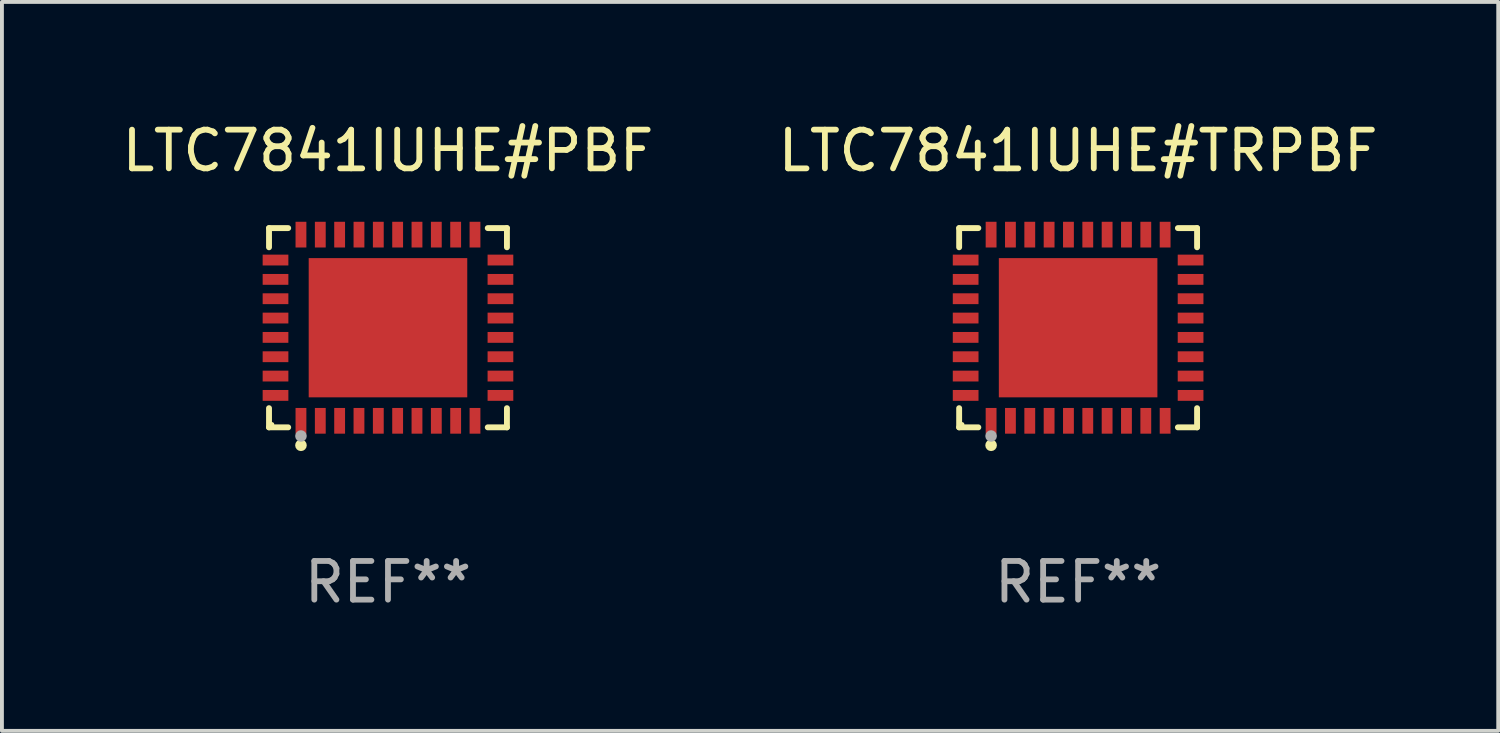
<source format=kicad_pcb>
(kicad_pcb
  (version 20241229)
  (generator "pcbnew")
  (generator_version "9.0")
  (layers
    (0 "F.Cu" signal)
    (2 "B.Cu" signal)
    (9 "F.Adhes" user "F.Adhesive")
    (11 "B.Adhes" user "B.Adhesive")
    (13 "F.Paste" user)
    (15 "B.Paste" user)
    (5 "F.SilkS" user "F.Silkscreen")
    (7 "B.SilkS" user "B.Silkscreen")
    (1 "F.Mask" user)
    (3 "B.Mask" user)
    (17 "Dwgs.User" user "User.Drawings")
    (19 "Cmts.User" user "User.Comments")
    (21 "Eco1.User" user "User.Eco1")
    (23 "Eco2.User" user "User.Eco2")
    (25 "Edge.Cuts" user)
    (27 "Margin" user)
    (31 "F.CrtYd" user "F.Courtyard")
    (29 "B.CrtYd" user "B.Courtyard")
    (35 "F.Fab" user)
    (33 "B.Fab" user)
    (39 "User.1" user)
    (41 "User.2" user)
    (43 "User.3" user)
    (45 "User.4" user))
  (footprint "LTC7841IUHE#PBF"
    (layer "F.Cu")
    (at 6.982 5.424)
    (property "Reference" "LTC7841IUHE#PBF" (at 0 -4.576 0) (layer "F.SilkS") (effects (font (size 1 1) (thickness 0.15))))
    (attr through_hole)
    (fp_line (start -3.076 -2.576) (end -2.58 -2.576) (stroke (width 0.152) (type solid)) (layer "F.SilkS"))
    (fp_line (start -3.076 -2.08) (end -3.076 -2.576) (stroke (width 0.152) (type solid)) (layer "F.SilkS"))
    (fp_line (start -3.076 2.08) (end -3.076 2.576) (stroke (width 0.152) (type solid)) (layer "F.SilkS"))
    (fp_line (start -3.076 2.576) (end -2.58 2.576) (stroke (width 0.152) (type solid)) (layer "F.SilkS"))
    (fp_line (start 3.076 -2.576) (end 2.58 -2.576) (stroke (width 0.152) (type solid)) (layer "F.SilkS"))
    (fp_line (start 3.076 -2.08) (end 3.076 -2.576) (stroke (width 0.152) (type solid)) (layer "F.SilkS"))
    (fp_line (start 3.076 2.08) (end 3.076 2.576) (stroke (width 0.152) (type solid)) (layer "F.SilkS"))
    (fp_line (start 3.076 2.576) (end 2.58 2.576) (stroke (width 0.152) (type solid)) (layer "F.SilkS"))
    (fp_circle (center -3 2.5) (end -2.97 2.5) (stroke (width 0.06) (type solid)) (fill no) (layer "F.SilkS"))
    (fp_circle (center -2.25 3.04) (end -2.175 3.04) (stroke (width 0.15) (type solid)) (fill no) (layer "F.SilkS"))
    (fp_circle (center -2.25 2.8) (end -2.175 2.8) (stroke (width 0.15) (type solid)) (fill no) (layer "F.Fab"))
    (fp_text user "REF**" (at 0 6.576 0) (layer "F.Fab") (effects (font (size 1 1) (thickness 0.15))))
    (pad "1" smd rect (at -2.25 2.407) (size 0.28 0.665) (layers "F.Cu" "F.Mask" "F.Paste"))
    (pad "2" smd rect (at -1.75 2.407) (size 0.28 0.665) (layers "F.Cu" "F.Mask" "F.Paste"))
    (pad "3" smd rect (at -1.25 2.407) (size 0.28 0.665) (layers "F.Cu" "F.Mask" "F.Paste"))
    (pad "4" smd rect (at -0.75 2.407) (size 0.28 0.665) (layers "F.Cu" "F.Mask" "F.Paste"))
    (pad "5" smd rect (at -0.25 2.407) (size 0.28 0.665) (layers "F.Cu" "F.Mask" "F.Paste"))
    (pad "6" smd rect (at 0.25 2.407) (size 0.28 0.665) (layers "F.Cu" "F.Mask" "F.Paste"))
    (pad "7" smd rect (at 0.75 2.407) (size 0.28 0.665) (layers "F.Cu" "F.Mask" "F.Paste"))
    (pad "8" smd rect (at 1.25 2.407) (size 0.28 0.665) (layers "F.Cu" "F.Mask" "F.Paste"))
    (pad "9" smd rect (at 1.75 2.407) (size 0.28 0.665) (layers "F.Cu" "F.Mask" "F.Paste"))
    (pad "10" smd rect (at 2.25 2.407) (size 0.28 0.665) (layers "F.Cu" "F.Mask" "F.Paste"))
    (pad "11" smd rect (at 2.908 1.75) (size 0.665 0.28) (layers "F.Cu" "F.Mask" "F.Paste"))
    (pad "12" smd rect (at 2.908 1.25) (size 0.665 0.28) (layers "F.Cu" "F.Mask" "F.Paste"))
    (pad "13" smd rect (at 2.908 0.75) (size 0.665 0.28) (layers "F.Cu" "F.Mask" "F.Paste"))
    (pad "14" smd rect (at 2.908 0.25) (size 0.665 0.28) (layers "F.Cu" "F.Mask" "F.Paste"))
    (pad "15" smd rect (at 2.908 -0.25) (size 0.665 0.28) (layers "F.Cu" "F.Mask" "F.Paste"))
    (pad "16" smd rect (at 2.908 -0.75) (size 0.665 0.28) (layers "F.Cu" "F.Mask" "F.Paste"))
    (pad "17" smd rect (at 2.908 -1.25) (size 0.665 0.28) (layers "F.Cu" "F.Mask" "F.Paste"))
    (pad "18" smd rect (at 2.908 -1.75) (size 0.665 0.28) (layers "F.Cu" "F.Mask" "F.Paste"))
    (pad "19" smd rect (at 2.25 -2.407) (size 0.28 0.665) (layers "F.Cu" "F.Mask" "F.Paste"))
    (pad "20" smd rect (at 1.75 -2.407) (size 0.28 0.665) (layers "F.Cu" "F.Mask" "F.Paste"))
    (pad "21" smd rect (at 1.25 -2.407) (size 0.28 0.665) (layers "F.Cu" "F.Mask" "F.Paste"))
    (pad "22" smd rect (at 0.75 -2.407) (size 0.28 0.665) (layers "F.Cu" "F.Mask" "F.Paste"))
    (pad "23" smd rect (at 0.25 -2.407) (size 0.28 0.665) (layers "F.Cu" "F.Mask" "F.Paste"))
    (pad "24" smd rect (at -0.25 -2.407) (size 0.28 0.665) (layers "F.Cu" "F.Mask" "F.Paste"))
    (pad "25" smd rect (at -0.75 -2.407) (size 0.28 0.665) (layers "F.Cu" "F.Mask" "F.Paste"))
    (pad "26" smd rect (at -1.25 -2.407) (size 0.28 0.665) (layers "F.Cu" "F.Mask" "F.Paste"))
    (pad "27" smd rect (at -1.75 -2.407) (size 0.28 0.665) (layers "F.Cu" "F.Mask" "F.Paste"))
    (pad "28" smd rect (at -2.25 -2.407) (size 0.28 0.665) (layers "F.Cu" "F.Mask" "F.Paste"))
    (pad "29" smd rect (at -2.908 -1.75) (size 0.665 0.28) (layers "F.Cu" "F.Mask" "F.Paste"))
    (pad "30" smd rect (at -2.908 -1.25) (size 0.665 0.28) (layers "F.Cu" "F.Mask" "F.Paste"))
    (pad "31" smd rect (at -2.908 -0.75) (size 0.665 0.28) (layers "F.Cu" "F.Mask" "F.Paste"))
    (pad "32" smd rect (at -2.908 -0.25) (size 0.665 0.28) (layers "F.Cu" "F.Mask" "F.Paste"))
    (pad "33" smd rect (at -2.908 0.25) (size 0.665 0.28) (layers "F.Cu" "F.Mask" "F.Paste"))
    (pad "34" smd rect (at -2.908 0.75) (size 0.665 0.28) (layers "F.Cu" "F.Mask" "F.Paste"))
    (pad "35" smd rect (at -2.908 1.25) (size 0.665 0.28) (layers "F.Cu" "F.Mask" "F.Paste"))
    (pad "36" smd rect (at -2.908 1.75) (size 0.665 0.28) (layers "F.Cu" "F.Mask" "F.Paste"))
    (pad "37" smd rect (at 0 0) (size 4.1 3.6) (layers "F.Cu" "F.Mask" "F.Paste")))
  (footprint "LTC7841IUHE#TRPBF"
    (layer "F.Cu")
    (at 24.827 5.424)
    (property "Reference" "LTC7841IUHE#TRPBF" (at 0 -4.576 0) (layer "F.SilkS") (effects (font (size 1 1) (thickness 0.15))))
    (attr through_hole)
    (fp_line (start -3.076 -2.576) (end -2.58 -2.576) (stroke (width 0.152) (type solid)) (layer "F.SilkS"))
    (fp_line (start -3.076 -2.08) (end -3.076 -2.576) (stroke (width 0.152) (type solid)) (layer "F.SilkS"))
    (fp_line (start -3.076 2.08) (end -3.076 2.576) (stroke (width 0.152) (type solid)) (layer "F.SilkS"))
    (fp_line (start -3.076 2.576) (end -2.58 2.576) (stroke (width 0.152) (type solid)) (layer "F.SilkS"))
    (fp_line (start 3.076 -2.576) (end 2.58 -2.576) (stroke (width 0.152) (type solid)) (layer "F.SilkS"))
    (fp_line (start 3.076 -2.08) (end 3.076 -2.576) (stroke (width 0.152) (type solid)) (layer "F.SilkS"))
    (fp_line (start 3.076 2.08) (end 3.076 2.576) (stroke (width 0.152) (type solid)) (layer "F.SilkS"))
    (fp_line (start 3.076 2.576) (end 2.58 2.576) (stroke (width 0.152) (type solid)) (layer "F.SilkS"))
    (fp_circle (center -3 2.5) (end -2.97 2.5) (stroke (width 0.06) (type solid)) (fill no) (layer "F.SilkS"))
    (fp_circle (center -2.25 3.04) (end -2.175 3.04) (stroke (width 0.15) (type solid)) (fill no) (layer "F.SilkS"))
    (fp_circle (center -2.25 2.8) (end -2.175 2.8) (stroke (width 0.15) (type solid)) (fill no) (layer "F.Fab"))
    (fp_text user "REF**" (at 0 6.576 0) (layer "F.Fab") (effects (font (size 1 1) (thickness 0.15))))
    (pad "1" smd rect (at -2.25 2.407) (size 0.28 0.665) (layers "F.Cu" "F.Mask" "F.Paste"))
    (pad "2" smd rect (at -1.75 2.407) (size 0.28 0.665) (layers "F.Cu" "F.Mask" "F.Paste"))
    (pad "3" smd rect (at -1.25 2.407) (size 0.28 0.665) (layers "F.Cu" "F.Mask" "F.Paste"))
    (pad "4" smd rect (at -0.75 2.407) (size 0.28 0.665) (layers "F.Cu" "F.Mask" "F.Paste"))
    (pad "5" smd rect (at -0.25 2.407) (size 0.28 0.665) (layers "F.Cu" "F.Mask" "F.Paste"))
    (pad "6" smd rect (at 0.25 2.407) (size 0.28 0.665) (layers "F.Cu" "F.Mask" "F.Paste"))
    (pad "7" smd rect (at 0.75 2.407) (size 0.28 0.665) (layers "F.Cu" "F.Mask" "F.Paste"))
    (pad "8" smd rect (at 1.25 2.407) (size 0.28 0.665) (layers "F.Cu" "F.Mask" "F.Paste"))
    (pad "9" smd rect (at 1.75 2.407) (size 0.28 0.665) (layers "F.Cu" "F.Mask" "F.Paste"))
    (pad "10" smd rect (at 2.25 2.407) (size 0.28 0.665) (layers "F.Cu" "F.Mask" "F.Paste"))
    (pad "11" smd rect (at 2.908 1.75) (size 0.665 0.28) (layers "F.Cu" "F.Mask" "F.Paste"))
    (pad "12" smd rect (at 2.908 1.25) (size 0.665 0.28) (layers "F.Cu" "F.Mask" "F.Paste"))
    (pad "13" smd rect (at 2.908 0.75) (size 0.665 0.28) (layers "F.Cu" "F.Mask" "F.Paste"))
    (pad "14" smd rect (at 2.908 0.25) (size 0.665 0.28) (layers "F.Cu" "F.Mask" "F.Paste"))
    (pad "15" smd rect (at 2.908 -0.25) (size 0.665 0.28) (layers "F.Cu" "F.Mask" "F.Paste"))
    (pad "16" smd rect (at 2.908 -0.75) (size 0.665 0.28) (layers "F.Cu" "F.Mask" "F.Paste"))
    (pad "17" smd rect (at 2.908 -1.25) (size 0.665 0.28) (layers "F.Cu" "F.Mask" "F.Paste"))
    (pad "18" smd rect (at 2.908 -1.75) (size 0.665 0.28) (layers "F.Cu" "F.Mask" "F.Paste"))
    (pad "19" smd rect (at 2.25 -2.407) (size 0.28 0.665) (layers "F.Cu" "F.Mask" "F.Paste"))
    (pad "20" smd rect (at 1.75 -2.407) (size 0.28 0.665) (layers "F.Cu" "F.Mask" "F.Paste"))
    (pad "21" smd rect (at 1.25 -2.407) (size 0.28 0.665) (layers "F.Cu" "F.Mask" "F.Paste"))
    (pad "22" smd rect (at 0.75 -2.407) (size 0.28 0.665) (layers "F.Cu" "F.Mask" "F.Paste"))
    (pad "23" smd rect (at 0.25 -2.407) (size 0.28 0.665) (layers "F.Cu" "F.Mask" "F.Paste"))
    (pad "24" smd rect (at -0.25 -2.407) (size 0.28 0.665) (layers "F.Cu" "F.Mask" "F.Paste"))
    (pad "25" smd rect (at -0.75 -2.407) (size 0.28 0.665) (layers "F.Cu" "F.Mask" "F.Paste"))
    (pad "26" smd rect (at -1.25 -2.407) (size 0.28 0.665) (layers "F.Cu" "F.Mask" "F.Paste"))
    (pad "27" smd rect (at -1.75 -2.407) (size 0.28 0.665) (layers "F.Cu" "F.Mask" "F.Paste"))
    (pad "28" smd rect (at -2.25 -2.407) (size 0.28 0.665) (layers "F.Cu" "F.Mask" "F.Paste"))
    (pad "29" smd rect (at -2.908 -1.75) (size 0.665 0.28) (layers "F.Cu" "F.Mask" "F.Paste"))
    (pad "30" smd rect (at -2.908 -1.25) (size 0.665 0.28) (layers "F.Cu" "F.Mask" "F.Paste"))
    (pad "31" smd rect (at -2.908 -0.75) (size 0.665 0.28) (layers "F.Cu" "F.Mask" "F.Paste"))
    (pad "32" smd rect (at -2.908 -0.25) (size 0.665 0.28) (layers "F.Cu" "F.Mask" "F.Paste"))
    (pad "33" smd rect (at -2.908 0.25) (size 0.665 0.28) (layers "F.Cu" "F.Mask" "F.Paste"))
    (pad "34" smd rect (at -2.908 0.75) (size 0.665 0.28) (layers "F.Cu" "F.Mask" "F.Paste"))
    (pad "35" smd rect (at -2.908 1.25) (size 0.665 0.28) (layers "F.Cu" "F.Mask" "F.Paste"))
    (pad "36" smd rect (at -2.908 1.75) (size 0.665 0.28) (layers "F.Cu" "F.Mask" "F.Paste"))
    (pad "37" smd rect (at 0 0) (size 4.1 3.6) (layers "F.Cu" "F.Mask" "F.Paste")))
  (gr_rect
    (start -3 -3)
    (end 35.69 15.849)
    (stroke (width 0.1) (type default))
    (fill no)
    (layer "Edge.Cuts")))
</source>
